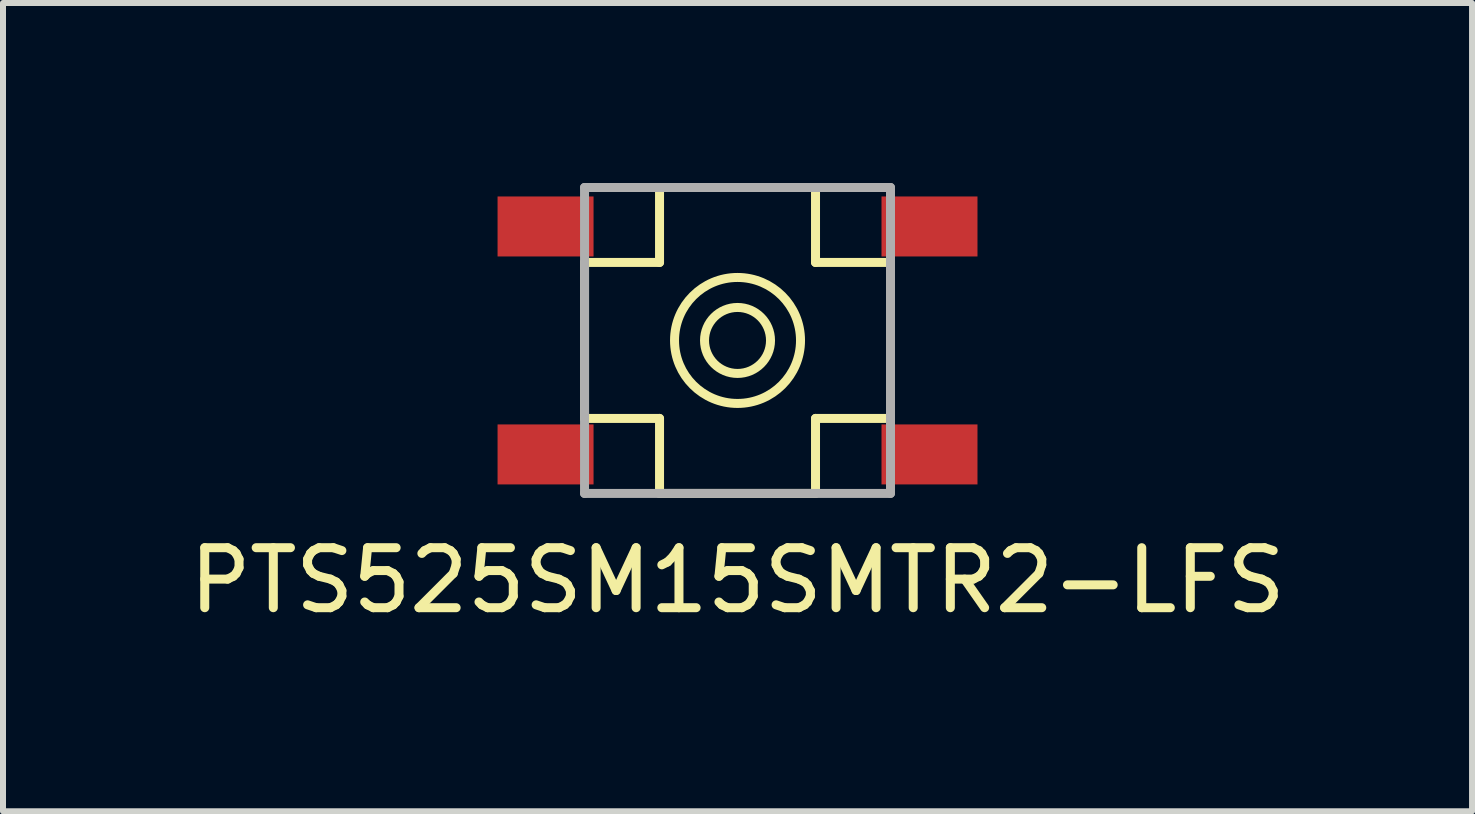
<source format=kicad_pcb>
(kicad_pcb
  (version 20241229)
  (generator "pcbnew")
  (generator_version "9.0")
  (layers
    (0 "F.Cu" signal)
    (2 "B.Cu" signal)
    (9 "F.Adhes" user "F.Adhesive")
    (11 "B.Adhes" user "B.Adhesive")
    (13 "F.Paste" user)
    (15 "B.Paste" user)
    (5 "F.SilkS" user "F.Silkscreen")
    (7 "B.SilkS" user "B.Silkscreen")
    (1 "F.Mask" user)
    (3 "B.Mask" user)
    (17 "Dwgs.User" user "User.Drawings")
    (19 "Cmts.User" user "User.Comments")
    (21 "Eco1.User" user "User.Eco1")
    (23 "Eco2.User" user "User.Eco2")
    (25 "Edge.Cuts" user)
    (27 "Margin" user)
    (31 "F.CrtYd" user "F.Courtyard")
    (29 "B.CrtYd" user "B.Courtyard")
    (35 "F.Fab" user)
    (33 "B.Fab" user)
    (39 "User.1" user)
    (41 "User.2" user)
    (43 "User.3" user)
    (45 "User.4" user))
  (footprint "PTS525SM15SMTR2-LFS"
    (layer "F.Cu")
    (at 9.244 2.625)
    (property "Reference" "PTS525SM15SMTR2-LFS" (at 0 4 0) (layer "F.SilkS") (effects (font (size 1 1) (thickness 0.15))))
    (attr through_hole)
    (fp_line (start -2.55 -1.3) (end -1.3 -1.3) (stroke (width 0.15) (type solid)) (layer "F.SilkS"))
    (fp_line (start -2.55 1.3) (end -2.55 -1.3) (stroke (width 0.15) (type solid)) (layer "F.SilkS"))
    (fp_line (start -2.55 1.3) (end -1.3 1.3) (stroke (width 0.15) (type solid)) (layer "F.SilkS"))
    (fp_line (start -1.3 -2.55) (end 1.3 -2.55) (stroke (width 0.15) (type solid)) (layer "F.SilkS"))
    (fp_line (start -1.3 -1.3) (end -1.3 -2.55) (stroke (width 0.15) (type solid)) (layer "F.SilkS"))
    (fp_line (start -1.3 1.3) (end -1.3 2.55) (stroke (width 0.15) (type solid)) (layer "F.SilkS"))
    (fp_line (start -1.3 2.55) (end 1.3 2.55) (stroke (width 0.15) (type solid)) (layer "F.SilkS"))
    (fp_line (start 1.3 -2.55) (end 1.3 -1.3) (stroke (width 0.15) (type solid)) (layer "F.SilkS"))
    (fp_line (start 1.3 -1.3) (end 2.55 -1.3) (stroke (width 0.15) (type solid)) (layer "F.SilkS"))
    (fp_line (start 1.3 1.3) (end 2.55 1.3) (stroke (width 0.15) (type solid)) (layer "F.SilkS"))
    (fp_line (start 1.3 2.55) (end 1.3 1.3) (stroke (width 0.15) (type solid)) (layer "F.SilkS"))
    (fp_line (start 2.55 -1.3) (end 2.55 1.3) (stroke (width 0.15) (type solid)) (layer "F.SilkS"))
    (fp_circle (center 0 0) (end 0.55 0) (stroke (width 0.15) (type solid)) (fill no) (layer "F.SilkS"))
    (fp_circle (center 0 0) (end 1.05 0) (stroke (width 0.15) (type solid)) (fill no) (layer "F.SilkS"))
    (fp_line (start -2.55 -2.55) (end 2.55 -2.55) (stroke (width 0.15) (type solid)) (layer "F.Fab"))
    (fp_line (start -2.55 2.55) (end -2.55 -2.55) (stroke (width 0.15) (type solid)) (layer "F.Fab"))
    (fp_line (start 2.55 -2.55) (end 2.55 2.55) (stroke (width 0.15) (type solid)) (layer "F.Fab"))
    (fp_line (start 2.55 2.55) (end -2.55 2.55) (stroke (width 0.15) (type solid)) (layer "F.Fab"))
    (pad "1" smd rect (at -3.2 -1.9) (size 1.6 1) (layers "F.Cu" "F.Mask" "F.Paste"))
    (pad "2" smd rect (at 3.2 -1.9) (size 1.6 1) (layers "F.Cu" "F.Mask" "F.Paste"))
    (pad "3" smd rect (at -3.2 1.9) (size 1.6 1) (layers "F.Cu" "F.Mask" "F.Paste"))
    (pad "4" smd rect (at 3.2 1.9) (size 1.6 1) (layers "F.Cu" "F.Mask" "F.Paste")))
  (gr_rect
    (start -3 -3)
    (end 21.488 10.473)
    (stroke (width 0.1) (type default))
    (fill no)
    (layer "Edge.Cuts")))
</source>
